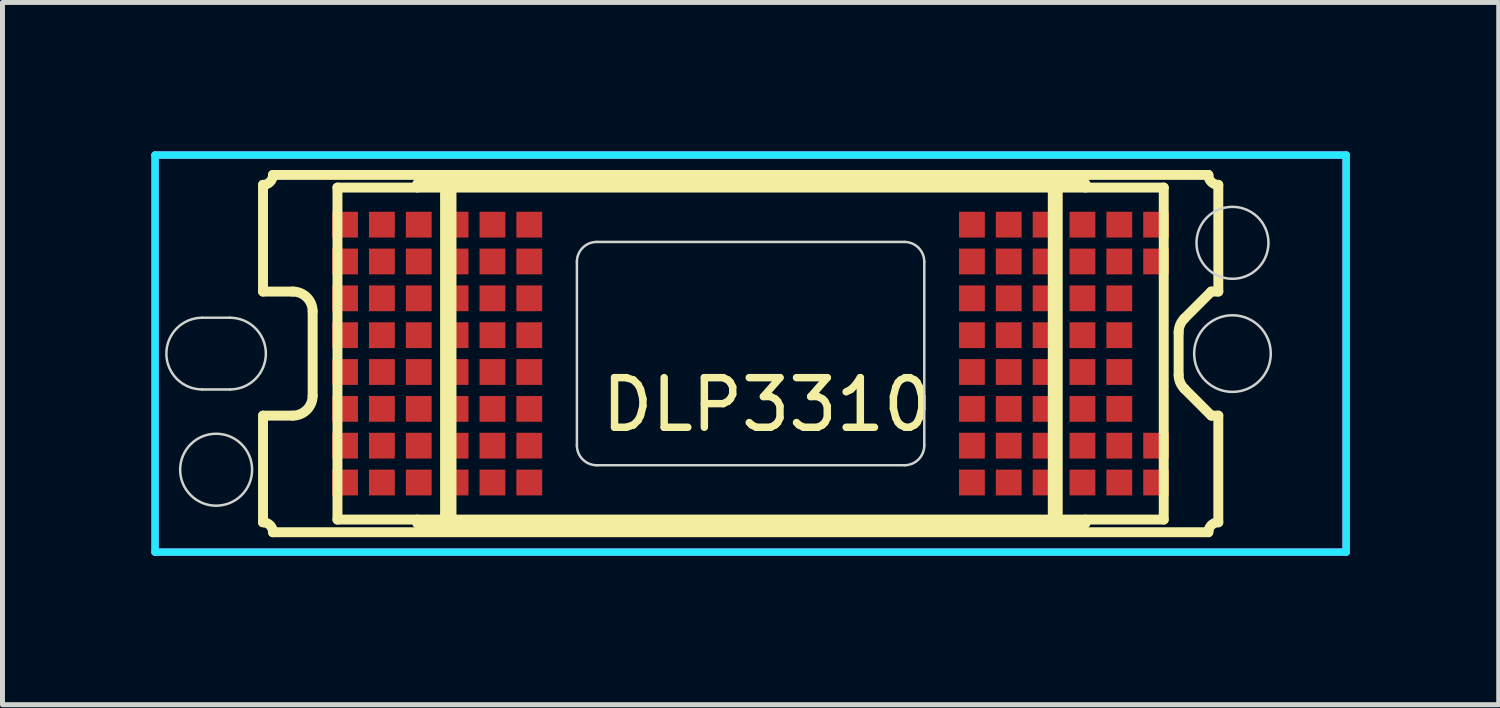
<source format=kicad_pcb>
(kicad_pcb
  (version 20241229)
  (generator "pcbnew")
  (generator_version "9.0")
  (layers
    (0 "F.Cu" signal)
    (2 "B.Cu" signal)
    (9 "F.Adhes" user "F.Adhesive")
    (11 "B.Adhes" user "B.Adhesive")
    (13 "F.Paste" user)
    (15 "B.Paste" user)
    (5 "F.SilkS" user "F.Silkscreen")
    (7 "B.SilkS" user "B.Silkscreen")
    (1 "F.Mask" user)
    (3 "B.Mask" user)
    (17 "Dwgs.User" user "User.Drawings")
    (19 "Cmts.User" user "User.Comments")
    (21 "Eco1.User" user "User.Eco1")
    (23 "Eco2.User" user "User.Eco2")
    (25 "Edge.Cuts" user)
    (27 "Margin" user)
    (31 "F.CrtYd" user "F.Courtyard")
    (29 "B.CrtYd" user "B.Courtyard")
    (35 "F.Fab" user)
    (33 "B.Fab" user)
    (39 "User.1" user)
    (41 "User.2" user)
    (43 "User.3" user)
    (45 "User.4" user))
  (footprint "DLP3310"
    (layer "F.Cu")
    (at 12.075 4.075)
    (property "Reference" "DLP3310" (at 0.33 1.03 0) (layer "F.SilkS") (effects (font (size 1 1) (thickness 0.15))))
    (attr through_hole)
    (fp_line (start -9.825 -3.4) (end -9.825 -1.25) (stroke (width 0.2) (type solid)) (layer "F.SilkS"))
    (fp_line (start -9.825 -1.25) (end -9.225 -1.25) (stroke (width 0.2) (type solid)) (layer "F.SilkS"))
    (fp_line (start -9.825 1.25) (end -9.825 3.4) (stroke (width 0.2) (type solid)) (layer "F.SilkS"))
    (fp_line (start -9.625 -3.6) (end 9.225 -3.6) (stroke (width 0.2) (type solid)) (layer "F.SilkS"))
    (fp_line (start -9.625 3.6) (end 9.225 3.6) (stroke (width 0.2) (type solid)) (layer "F.SilkS"))
    (fp_line (start -9.225 1.25) (end -9.825 1.25) (stroke (width 0.2) (type solid)) (layer "F.SilkS"))
    (fp_line (start -8.825 -0.85) (end -8.825 0.85) (stroke (width 0.2) (type solid)) (layer "F.SilkS"))
    (fp_line (start -8.325 -3.345) (end -8.325 3.345) (stroke (width 0.2) (type solid)) (layer "F.SilkS"))
    (fp_line (start -8.325 3.345) (end -6.157 3.345) (stroke (width 0.2) (type solid)) (layer "F.SilkS"))
    (fp_line (start -6.714 -3.42) (end -6.714 -3.345) (stroke (width 0.2) (type solid)) (layer "F.SilkS"))
    (fp_line (start -6.714 -3.42) (end 6.746 -3.42) (stroke (width 0.2) (type solid)) (layer "F.SilkS"))
    (fp_line (start -6.714 3.345) (end -6.714 3.42) (stroke (width 0.2) (type solid)) (layer "F.SilkS"))
    (fp_line (start -6.714 3.42) (end 6.746 3.42) (stroke (width 0.2) (type solid)) (layer "F.SilkS"))
    (fp_line (start -6.157 -3.345) (end -8.325 -3.345) (stroke (width 0.2) (type solid)) (layer "F.SilkS"))
    (fp_line (start -6.157 -3.345) (end -6.057 -3.345) (stroke (width 0.2) (type solid)) (layer "F.SilkS"))
    (fp_line (start -6.157 3.345) (end -6.157 -3.345) (stroke (width 0.2) (type solid)) (layer "F.SilkS"))
    (fp_line (start -6.157 3.345) (end -6.057 3.345) (stroke (width 0.2) (type solid)) (layer "F.SilkS"))
    (fp_line (start -6.057 3.345) (end -6.057 -3.345) (stroke (width 0.2) (type solid)) (layer "F.SilkS"))
    (fp_line (start -6.057 3.345) (end -6.027 3.345) (stroke (width 0.2) (type solid)) (layer "F.SilkS"))
    (fp_line (start -6.027 -3.345) (end -6.057 -3.345) (stroke (width 0.2) (type solid)) (layer "F.SilkS"))
    (fp_line (start -6.027 -3.345) (end -6.027 3.345) (stroke (width 0.2) (type solid)) (layer "F.SilkS"))
    (fp_line (start -6.027 -3.345) (end 6.089 -3.345) (stroke (width 0.2) (type solid)) (layer "F.SilkS"))
    (fp_line (start -6.027 3.345) (end 6.089 3.345) (stroke (width 0.2) (type solid)) (layer "F.SilkS"))
    (fp_line (start 6.089 -3.345) (end 6.189 -3.345) (stroke (width 0.2) (type solid)) (layer "F.SilkS"))
    (fp_line (start 6.089 3.345) (end 6.089 -3.345) (stroke (width 0.2) (type solid)) (layer "F.SilkS"))
    (fp_line (start 6.089 3.345) (end 6.189 3.345) (stroke (width 0.2) (type solid)) (layer "F.SilkS"))
    (fp_line (start 6.189 -3.345) (end 6.189 3.345) (stroke (width 0.2) (type solid)) (layer "F.SilkS"))
    (fp_line (start 6.189 3.345) (end 8.325 3.345) (stroke (width 0.2) (type solid)) (layer "F.SilkS"))
    (fp_line (start 6.746 -3.345) (end 6.746 -3.42) (stroke (width 0.2) (type solid)) (layer "F.SilkS"))
    (fp_line (start 6.746 3.345) (end 6.746 3.42) (stroke (width 0.2) (type solid)) (layer "F.SilkS"))
    (fp_line (start 8.325 -3.345) (end 6.189 -3.345) (stroke (width 0.2) (type solid)) (layer "F.SilkS"))
    (fp_line (start 8.325 -3.345) (end 8.325 3.345) (stroke (width 0.2) (type solid)) (layer "F.SilkS"))
    (fp_line (start 8.625 0.426) (end 8.625 -0.426) (stroke (width 0.2) (type solid)) (layer "F.SilkS"))
    (fp_line (start 8.742 -0.709) (end 9.283 -1.25) (stroke (width 0.2) (type solid)) (layer "F.SilkS"))
    (fp_line (start 9.283 -1.25) (end 9.425 -1.25) (stroke (width 0.2) (type solid)) (layer "F.SilkS"))
    (fp_line (start 9.283 1.25) (end 8.742 0.709) (stroke (width 0.2) (type solid)) (layer "F.SilkS"))
    (fp_line (start 9.425 -3.4) (end 9.425 -1.25) (stroke (width 0.2) (type solid)) (layer "F.SilkS"))
    (fp_line (start 9.425 1.25) (end 9.283 1.25) (stroke (width 0.2) (type solid)) (layer "F.SilkS"))
    (fp_line (start 9.425 1.25) (end 9.425 3.4) (stroke (width 0.2) (type solid)) (layer "F.SilkS"))
    (fp_arc (start -9.825 3.4) (mid -9.683579 3.458579) (end -9.625 3.6) (stroke (width 0.2) (type solid)) (layer "F.SilkS"))
    (fp_arc (start -9.625 -3.6) (mid -9.683579 -3.458579) (end -9.825 -3.4) (stroke (width 0.2) (type solid)) (layer "F.SilkS"))
    (fp_arc (start -9.225 -1.250001) (mid -8.942157 -1.132843) (end -8.824999 -0.85) (stroke (width 0.2) (type solid)) (layer "F.SilkS"))
    (fp_arc (start -8.825 0.85) (mid -8.942157 1.132843) (end -9.225 1.25) (stroke (width 0.2) (type solid)) (layer "F.SilkS"))
    (fp_arc (start 8.625 -0.426081) (mid 8.655448 -0.579154) (end 8.742157 -0.708924) (stroke (width 0.2) (type solid)) (layer "F.SilkS"))
    (fp_arc (start 8.742157 0.708924) (mid 8.655448 0.579155) (end 8.625 0.426081) (stroke (width 0.2) (type solid)) (layer "F.SilkS"))
    (fp_arc (start 9.225 3.6) (mid 9.283579 3.458579) (end 9.425 3.4) (stroke (width 0.2) (type solid)) (layer "F.SilkS"))
    (fp_arc (start 9.425 -3.4) (mid 9.283579 -3.458579) (end 9.225 -3.6) (stroke (width 0.2) (type solid)) (layer "F.SilkS"))
    (fp_line (start -11.05 -0.723) (end -10.49 -0.723) (stroke (width 0.05) (type solid)) (layer "Edge.Cuts"))
    (fp_line (start -11.05 0.723) (end -10.49 0.723) (stroke (width 0.05) (type solid)) (layer "Edge.Cuts"))
    (fp_line (start -3.5 1.85) (end -3.5 -1.85) (stroke (width 0.05) (type solid)) (layer "Edge.Cuts"))
    (fp_line (start -3.1 -2.25) (end 3.1 -2.25) (stroke (width 0.05) (type solid)) (layer "Edge.Cuts"))
    (fp_line (start -3.1 2.25) (end 3.1 2.25) (stroke (width 0.05) (type solid)) (layer "Edge.Cuts"))
    (fp_line (start 3.5 1.85) (end 3.5 -1.85) (stroke (width 0.05) (type solid)) (layer "Edge.Cuts"))
    (fp_arc (start -11.05 0.7225) (mid -11.7725 0) (end -11.05 -0.7225) (stroke (width 0.05) (type solid)) (layer "Edge.Cuts"))
    (fp_arc (start -10.49 -0.7225) (mid -9.7675 0) (end -10.49 0.7225) (stroke (width 0.05) (type solid)) (layer "Edge.Cuts"))
    (fp_arc (start -3.5 -1.85) (mid -3.382843 -2.132843) (end -3.1 -2.25) (stroke (width 0.05) (type solid)) (layer "Edge.Cuts"))
    (fp_arc (start -3.1 2.25) (mid -3.382843 2.132843) (end -3.5 1.85) (stroke (width 0.05) (type solid)) (layer "Edge.Cuts"))
    (fp_arc (start 3.1 -2.25) (mid 3.382843 -2.132843) (end 3.5 -1.85) (stroke (width 0.05) (type solid)) (layer "Edge.Cuts"))
    (fp_arc (start 3.5 1.85) (mid 3.382843 2.132843) (end 3.1 2.25) (stroke (width 0.05) (type solid)) (layer "Edge.Cuts"))
    (fp_circle (center -10.77 2.34) (end -10.045 2.34) (stroke (width 0.05) (type solid)) (fill no) (layer "Edge.Cuts"))
    (fp_circle (center 9.71 -2.232) (end 10.435 -2.232) (stroke (width 0.05) (type solid)) (fill no) (layer "Edge.Cuts"))
    (fp_circle (center 9.71 0) (end 10.482 0) (stroke (width 0.05) (type solid)) (fill no) (layer "Edge.Cuts"))
    (fp_line (start -12 -4) (end 12 -4) (stroke (width 0.15) (type solid)) (layer "B.CrtYd"))
    (fp_line (start -12 4) (end -12 -4) (stroke (width 0.15) (type solid)) (layer "B.CrtYd"))
    (fp_line (start 12 -4) (end 12 4) (stroke (width 0.15) (type solid)) (layer "B.CrtYd"))
    (fp_line (start 12 4) (end -12 4) (stroke (width 0.15) (type solid)) (layer "B.CrtYd"))
    (fp_line (start -12 -4) (end 12 -4) (stroke (width 0.15) (type solid)) (layer "F.CrtYd"))
    (fp_line (start -12 4) (end -12 -4) (stroke (width 0.15) (type solid)) (layer "F.CrtYd"))
    (fp_line (start 12 -4) (end 12 4) (stroke (width 0.15) (type solid)) (layer "F.CrtYd"))
    (fp_line (start 12 4) (end -12 4) (stroke (width 0.15) (type solid)) (layer "F.CrtYd"))
    (pad "A2" smd rect (at -8.172 -2.598) (size 0.52 0.52) (layers "F.Cu" "F.Mask" "F.Paste"))
    (pad "A3" smd rect (at -7.43 -2.598) (size 0.52 0.52) (layers "F.Cu" "F.Mask" "F.Paste"))
    (pad "A4" smd rect (at -6.687 -2.598) (size 0.52 0.52) (layers "F.Cu" "F.Mask" "F.Paste"))
    (pad "A5" smd rect (at -5.945 -2.598) (size 0.52 0.52) (layers "F.Cu" "F.Mask" "F.Paste"))
    (pad "A6" smd rect (at -5.202 -2.598) (size 0.52 0.52) (layers "F.Cu" "F.Mask" "F.Paste"))
    (pad "A7" smd rect (at -4.46 -2.598) (size 0.52 0.52) (layers "F.Cu" "F.Mask" "F.Paste"))
    (pad "A19" smd rect (at 4.46 -2.598) (size 0.52 0.52) (layers "F.Cu" "F.Mask" "F.Paste"))
    (pad "A20" smd rect (at 5.202 -2.598) (size 0.52 0.52) (layers "F.Cu" "F.Mask" "F.Paste"))
    (pad "A21" smd rect (at 5.945 -2.598) (size 0.52 0.52) (layers "F.Cu" "F.Mask" "F.Paste"))
    (pad "A22" smd rect (at 6.687 -2.598) (size 0.52 0.52) (layers "F.Cu" "F.Mask" "F.Paste"))
    (pad "A23" smd rect (at 7.43 -2.598) (size 0.52 0.52) (layers "F.Cu" "F.Mask" "F.Paste"))
    (pad "A24" smd rect (at 8.172 -2.598) (size 0.52 0.52) (layers "F.Cu" "F.Mask" "F.Paste"))
    (pad "B2" smd rect (at -8.172 -1.856) (size 0.52 0.52) (layers "F.Cu" "F.Mask" "F.Paste"))
    (pad "B3" smd rect (at -7.43 -1.856) (size 0.52 0.52) (layers "F.Cu" "F.Mask" "F.Paste"))
    (pad "B4" smd rect (at -6.687 -1.856) (size 0.52 0.52) (layers "F.Cu" "F.Mask" "F.Paste"))
    (pad "B5" smd rect (at -5.945 -1.856) (size 0.52 0.52) (layers "F.Cu" "F.Mask" "F.Paste"))
    (pad "B6" smd rect (at -5.202 -1.856) (size 0.52 0.52) (layers "F.Cu" "F.Mask" "F.Paste"))
    (pad "B7" smd rect (at -4.46 -1.856) (size 0.52 0.52) (layers "F.Cu" "F.Mask" "F.Paste"))
    (pad "B19" smd rect (at 4.46 -1.856) (size 0.52 0.52) (layers "F.Cu" "F.Mask" "F.Paste"))
    (pad "B20" smd rect (at 5.202 -1.856) (size 0.52 0.52) (layers "F.Cu" "F.Mask" "F.Paste"))
    (pad "B21" smd rect (at 5.945 -1.856) (size 0.52 0.52) (layers "F.Cu" "F.Mask" "F.Paste"))
    (pad "B22" smd rect (at 6.687 -1.856) (size 0.52 0.52) (layers "F.Cu" "F.Mask" "F.Paste"))
    (pad "B23" smd rect (at 7.43 -1.856) (size 0.52 0.52) (layers "F.Cu" "F.Mask" "F.Paste"))
    (pad "B24" smd rect (at 8.172 -1.856) (size 0.52 0.52) (layers "F.Cu" "F.Mask" "F.Paste"))
    (pad "C2" smd rect (at -8.172 -1.114) (size 0.52 0.52) (layers "F.Cu" "F.Mask" "F.Paste"))
    (pad "C3" smd rect (at -7.43 -1.114) (size 0.52 0.52) (layers "F.Cu" "F.Mask" "F.Paste"))
    (pad "C4" smd rect (at -6.687 -1.114) (size 0.52 0.52) (layers "F.Cu" "F.Mask" "F.Paste"))
    (pad "C5" smd rect (at -5.945 -1.114) (size 0.52 0.52) (layers "F.Cu" "F.Mask" "F.Paste"))
    (pad "C6" smd rect (at -5.202 -1.114) (size 0.52 0.52) (layers "F.Cu" "F.Mask" "F.Paste"))
    (pad "C7" smd rect (at -4.46 -1.114) (size 0.52 0.52) (layers "F.Cu" "F.Mask" "F.Paste"))
    (pad "C19" smd rect (at 4.46 -1.114) (size 0.52 0.52) (layers "F.Cu" "F.Mask" "F.Paste"))
    (pad "C20" smd rect (at 5.202 -1.114) (size 0.52 0.52) (layers "F.Cu" "F.Mask" "F.Paste"))
    (pad "C21" smd rect (at 5.945 -1.114) (size 0.52 0.52) (layers "F.Cu" "F.Mask" "F.Paste"))
    (pad "C22" smd rect (at 6.687 -1.114) (size 0.52 0.52) (layers "F.Cu" "F.Mask" "F.Paste"))
    (pad "C23" smd rect (at 7.43 -1.114) (size 0.52 0.52) (layers "F.Cu" "F.Mask" "F.Paste"))
    (pad "D2" smd rect (at -8.172 -0.371) (size 0.52 0.52) (layers "F.Cu" "F.Mask" "F.Paste"))
    (pad "D3" smd rect (at -7.43 -0.371) (size 0.52 0.52) (layers "F.Cu" "F.Mask" "F.Paste"))
    (pad "D4" smd rect (at -6.687 -0.371) (size 0.52 0.52) (layers "F.Cu" "F.Mask" "F.Paste"))
    (pad "D5" smd rect (at -5.945 -0.371) (size 0.52 0.52) (layers "F.Cu" "F.Mask" "F.Paste"))
    (pad "D6" smd rect (at -5.202 -0.371) (size 0.52 0.52) (layers "F.Cu" "F.Mask" "F.Paste"))
    (pad "D7" smd rect (at -4.46 -0.371) (size 0.52 0.52) (layers "F.Cu" "F.Mask" "F.Paste"))
    (pad "D19" smd rect (at 4.46 -0.371) (size 0.52 0.52) (layers "F.Cu" "F.Mask" "F.Paste"))
    (pad "D20" smd rect (at 5.202 -0.371) (size 0.52 0.52) (layers "F.Cu" "F.Mask" "F.Paste"))
    (pad "D21" smd rect (at 5.945 -0.371) (size 0.52 0.52) (layers "F.Cu" "F.Mask" "F.Paste"))
    (pad "D22" smd rect (at 6.687 -0.371) (size 0.52 0.52) (layers "F.Cu" "F.Mask" "F.Paste"))
    (pad "D23" smd rect (at 7.43 -0.371) (size 0.52 0.52) (layers "F.Cu" "F.Mask" "F.Paste"))
    (pad "E2" smd rect (at -8.172 0.371) (size 0.52 0.52) (layers "F.Cu" "F.Mask" "F.Paste"))
    (pad "E3" smd rect (at -7.43 0.371) (size 0.52 0.52) (layers "F.Cu" "F.Mask" "F.Paste"))
    (pad "E4" smd rect (at -6.687 0.371) (size 0.52 0.52) (layers "F.Cu" "F.Mask" "F.Paste"))
    (pad "E5" smd rect (at -5.945 0.371) (size 0.52 0.52) (layers "F.Cu" "F.Mask" "F.Paste"))
    (pad "E6" smd rect (at -5.202 0.371) (size 0.52 0.52) (layers "F.Cu" "F.Mask" "F.Paste"))
    (pad "E7" smd rect (at -4.46 0.371) (size 0.52 0.52) (layers "F.Cu" "F.Mask" "F.Paste"))
    (pad "E19" smd rect (at 4.46 0.371) (size 0.52 0.52) (layers "F.Cu" "F.Mask" "F.Paste"))
    (pad "E20" smd rect (at 5.202 0.371) (size 0.52 0.52) (layers "F.Cu" "F.Mask" "F.Paste"))
    (pad "E21" smd rect (at 5.945 0.371) (size 0.52 0.52) (layers "F.Cu" "F.Mask" "F.Paste"))
    (pad "E22" smd rect (at 6.687 0.371) (size 0.52 0.52) (layers "F.Cu" "F.Mask" "F.Paste"))
    (pad "E23" smd rect (at 7.43 0.371) (size 0.52 0.52) (layers "F.Cu" "F.Mask" "F.Paste"))
    (pad "F2" smd rect (at -8.172 1.114) (size 0.52 0.52) (layers "F.Cu" "F.Mask" "F.Paste"))
    (pad "F3" smd rect (at -7.43 1.114) (size 0.52 0.52) (layers "F.Cu" "F.Mask" "F.Paste"))
    (pad "F4" smd rect (at -6.687 1.114) (size 0.52 0.52) (layers "F.Cu" "F.Mask" "F.Paste"))
    (pad "F5" smd rect (at -5.945 1.114) (size 0.52 0.52) (layers "F.Cu" "F.Mask" "F.Paste"))
    (pad "F6" smd rect (at -5.202 1.114) (size 0.52 0.52) (layers "F.Cu" "F.Mask" "F.Paste"))
    (pad "F7" smd rect (at -4.46 1.114) (size 0.52 0.52) (layers "F.Cu" "F.Mask" "F.Paste"))
    (pad "F19" smd rect (at 4.46 1.114) (size 0.52 0.52) (layers "F.Cu" "F.Mask" "F.Paste"))
    (pad "F20" smd rect (at 5.202 1.114) (size 0.52 0.52) (layers "F.Cu" "F.Mask" "F.Paste"))
    (pad "F21" smd rect (at 5.945 1.114) (size 0.52 0.52) (layers "F.Cu" "F.Mask" "F.Paste"))
    (pad "F22" smd rect (at 6.687 1.114) (size 0.52 0.52) (layers "F.Cu" "F.Mask" "F.Paste"))
    (pad "F23" smd rect (at 7.43 1.114) (size 0.52 0.52) (layers "F.Cu" "F.Mask" "F.Paste"))
    (pad "G2" smd rect (at -8.172 1.856) (size 0.52 0.52) (layers "F.Cu" "F.Mask" "F.Paste"))
    (pad "G3" smd rect (at -7.43 1.856) (size 0.52 0.52) (layers "F.Cu" "F.Mask" "F.Paste"))
    (pad "G4" smd rect (at -6.687 1.856) (size 0.52 0.52) (layers "F.Cu" "F.Mask" "F.Paste"))
    (pad "G5" smd rect (at -5.945 1.856) (size 0.52 0.52) (layers "F.Cu" "F.Mask" "F.Paste"))
    (pad "G6" smd rect (at -5.202 1.856) (size 0.52 0.52) (layers "F.Cu" "F.Mask" "F.Paste"))
    (pad "G7" smd rect (at -4.46 1.856) (size 0.52 0.52) (layers "F.Cu" "F.Mask" "F.Paste"))
    (pad "G19" smd rect (at 4.46 1.856) (size 0.52 0.52) (layers "F.Cu" "F.Mask" "F.Paste"))
    (pad "G20" smd rect (at 5.202 1.856) (size 0.52 0.52) (layers "F.Cu" "F.Mask" "F.Paste"))
    (pad "G21" smd rect (at 5.945 1.856) (size 0.52 0.52) (layers "F.Cu" "F.Mask" "F.Paste"))
    (pad "G22" smd rect (at 6.687 1.856) (size 0.52 0.52) (layers "F.Cu" "F.Mask" "F.Paste"))
    (pad "G23" smd rect (at 7.43 1.856) (size 0.52 0.52) (layers "F.Cu" "F.Mask" "F.Paste"))
    (pad "G24" smd rect (at 8.172 1.856) (size 0.52 0.52) (layers "F.Cu" "F.Mask" "F.Paste"))
    (pad "H2" smd rect (at -8.172 2.598) (size 0.52 0.52) (layers "F.Cu" "F.Mask" "F.Paste"))
    (pad "H3" smd rect (at -7.43 2.598) (size 0.52 0.52) (layers "F.Cu" "F.Mask" "F.Paste"))
    (pad "H4" smd rect (at -6.687 2.598) (size 0.52 0.52) (layers "F.Cu" "F.Mask" "F.Paste"))
    (pad "H5" smd rect (at -5.945 2.598) (size 0.52 0.52) (layers "F.Cu" "F.Mask" "F.Paste"))
    (pad "H6" smd rect (at -5.202 2.598) (size 0.52 0.52) (layers "F.Cu" "F.Mask" "F.Paste"))
    (pad "H7" smd rect (at -4.46 2.598) (size 0.52 0.52) (layers "F.Cu" "F.Mask" "F.Paste"))
    (pad "H19" smd rect (at 4.46 2.598) (size 0.52 0.52) (layers "F.Cu" "F.Mask" "F.Paste"))
    (pad "H20" smd rect (at 5.202 2.598) (size 0.52 0.52) (layers "F.Cu" "F.Mask" "F.Paste"))
    (pad "H21" smd rect (at 5.945 2.598) (size 0.52 0.52) (layers "F.Cu" "F.Mask" "F.Paste"))
    (pad "H22" smd rect (at 6.687 2.598) (size 0.52 0.52) (layers "F.Cu" "F.Mask" "F.Paste"))
    (pad "H23" smd rect (at 7.43 2.598) (size 0.52 0.52) (layers "F.Cu" "F.Mask" "F.Paste"))
    (pad "H24" smd rect (at 8.172 2.598) (size 0.52 0.52) (layers "F.Cu" "F.Mask" "F.Paste")))
  (gr_rect
    (start -3 -3)
    (end 27.15 11.15)
    (stroke (width 0.1) (type default))
    (fill no)
    (layer "Edge.Cuts")))
</source>
